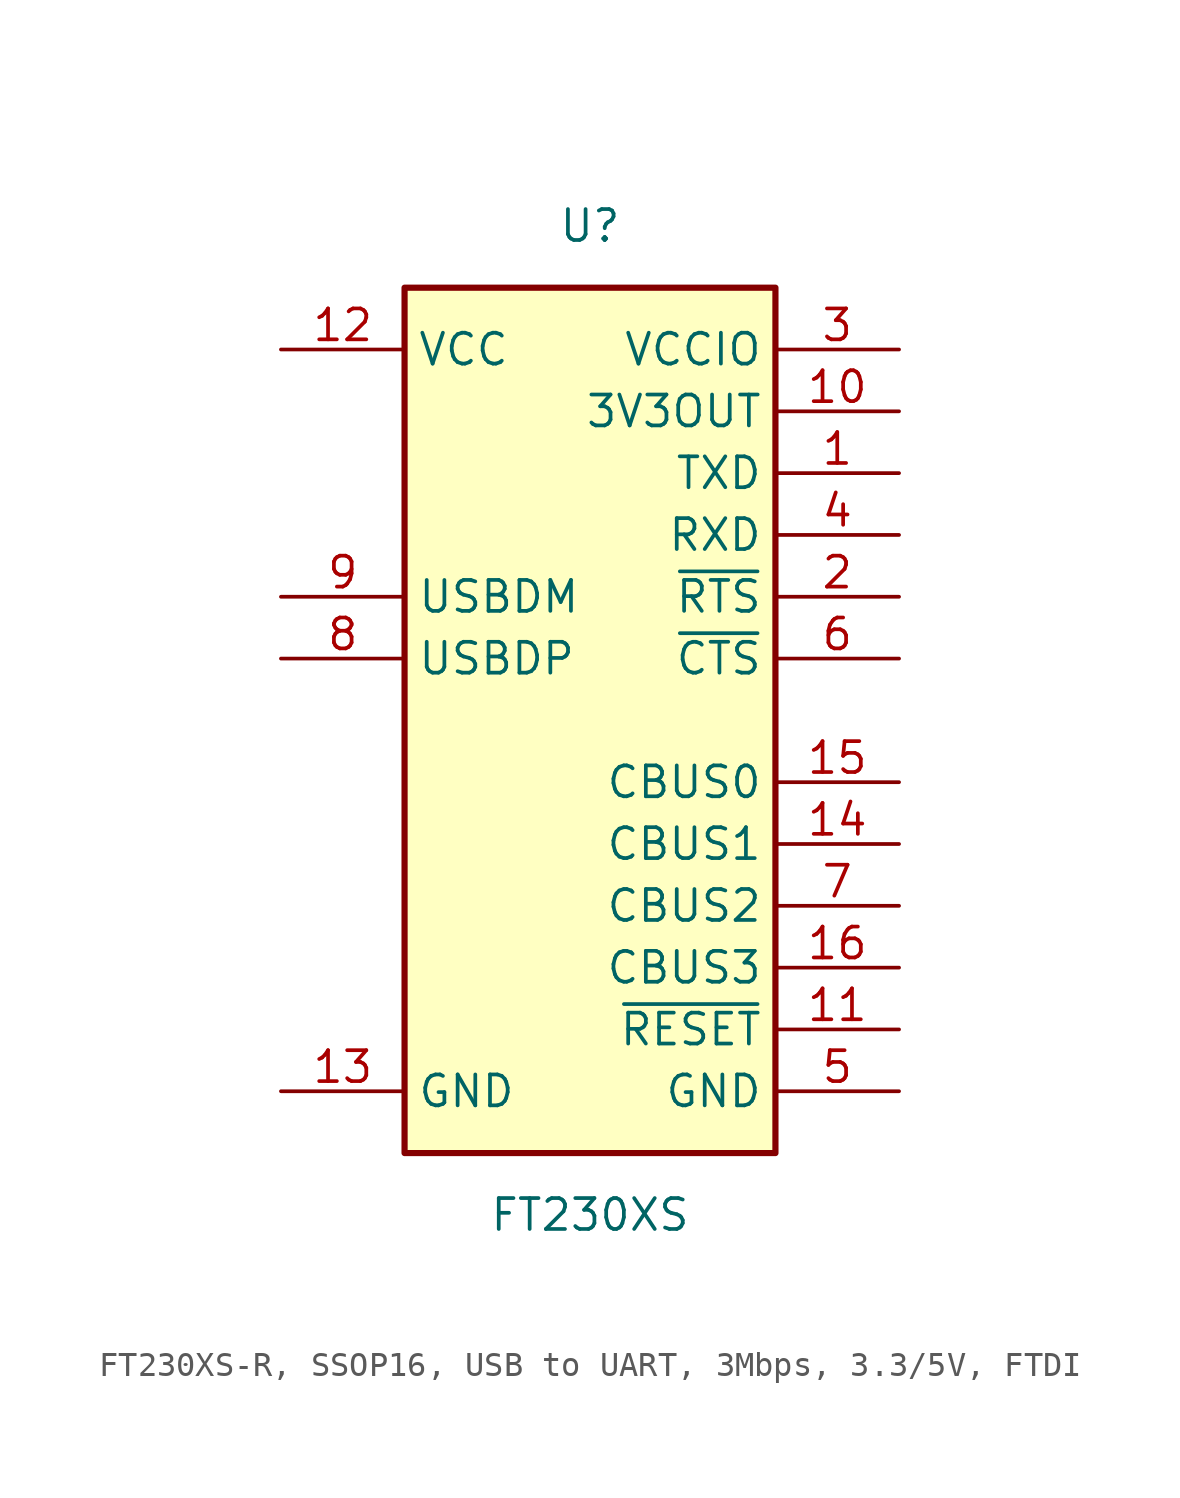
<source format=kicad_sym>
(kicad_symbol_lib
  (version 20241209)
  (generator "kicad_symbol_editor")
  (generator_version "9.0")
  (symbol "FT230XS-R, SSOP16, USB to UART, 3Mbps, 3.3/5V, FTDI"
    (property "Reference" "U"
      (at 0 20.32 0)
      (effects (font (size 1.27 1.27))))
    (property "Value" "FT230XS"
      (at 0 -20.32 0)
      (effects (font (size 1.27 1.27))))
    (symbol "FT230XS-R, SSOP16, USB to UART, 3Mbps, 3.3/5V, FTDI_0_1"
      (rectangle (start -7.62 17.78) (end 7.62 -17.78) (stroke (width 0.254) (type default)) (fill (type background))))
    (symbol "FT230XS-R, SSOP16, USB to UART, 3Mbps, 3.3/5V, FTDI_1_1"
      (pin power_in line (at -12.7 15.24 0) (length 5.08) (name "VCC" (effects (font (size 1.27 1.27)))) (number "12" (effects (font (size 1.27 1.27)))))
      (pin passive line (at -12.7 5.08 0) (length 5.08) (name "USBDM" (effects (font (size 1.27 1.27)))) (number "9" (effects (font (size 1.27 1.27)))))
      (pin passive line (at -12.7 2.54 0) (length 5.08) (name "USBDP" (effects (font (size 1.27 1.27)))) (number "8" (effects (font (size 1.27 1.27)))))
      (pin power_in line (at -12.7 -15.24 0) (length 5.08) (name "GND" (effects (font (size 1.27 1.27)))) (number "13" (effects (font (size 1.27 1.27)))))
      (pin power_in line (at 12.7 15.24 180) (length 5.08) (name "VCCIO" (effects (font (size 1.27 1.27)))) (number "3" (effects (font (size 1.27 1.27)))))
      (pin power_out line (at 12.7 12.7 180) (length 5.08) (name "3V3OUT" (effects (font (size 1.27 1.27)))) (number "10" (effects (font (size 1.27 1.27)))))
      (pin output line (at 12.7 10.16 180) (length 5.08) (name "TXD" (effects (font (size 1.27 1.27)))) (number "1" (effects (font (size 1.27 1.27)))))
      (pin input line (at 12.7 7.62 180) (length 5.08) (name "RXD" (effects (font (size 1.27 1.27)))) (number "4" (effects (font (size 1.27 1.27)))))
      (pin output line (at 12.7 5.08 180) (length 5.08) (name "~{RTS}" (effects (font (size 1.27 1.27)))) (number "2" (effects (font (size 1.27 1.27)))))
      (pin input line (at 12.7 2.54 180) (length 5.08) (name "~{CTS}" (effects (font (size 1.27 1.27)))) (number "6" (effects (font (size 1.27 1.27)))))
      (pin bidirectional line (at 12.7 -2.54 180) (length 5.08) (name "CBUS0" (effects (font (size 1.27 1.27)))) (number "15" (effects (font (size 1.27 1.27)))))
      (pin bidirectional line (at 12.7 -5.08 180) (length 5.08) (name "CBUS1" (effects (font (size 1.27 1.27)))) (number "14" (effects (font (size 1.27 1.27)))))
      (pin bidirectional line (at 12.7 -7.62 180) (length 5.08) (name "CBUS2" (effects (font (size 1.27 1.27)))) (number "7" (effects (font (size 1.27 1.27)))))
      (pin bidirectional line (at 12.7 -10.16 180) (length 5.08) (name "CBUS3" (effects (font (size 1.27 1.27)))) (number "16" (effects (font (size 1.27 1.27)))))
      (pin input line (at 12.7 -12.7 180) (length 5.08) (name "~{RESET}" (effects (font (size 1.27 1.27)))) (number "11" (effects (font (size 1.27 1.27)))))
      (pin power_in line (at 12.7 -15.24 180) (length 5.08) (name "GND" (effects (font (size 1.27 1.27)))) (number "5" (effects (font (size 1.27 1.27))))))))
</source>
